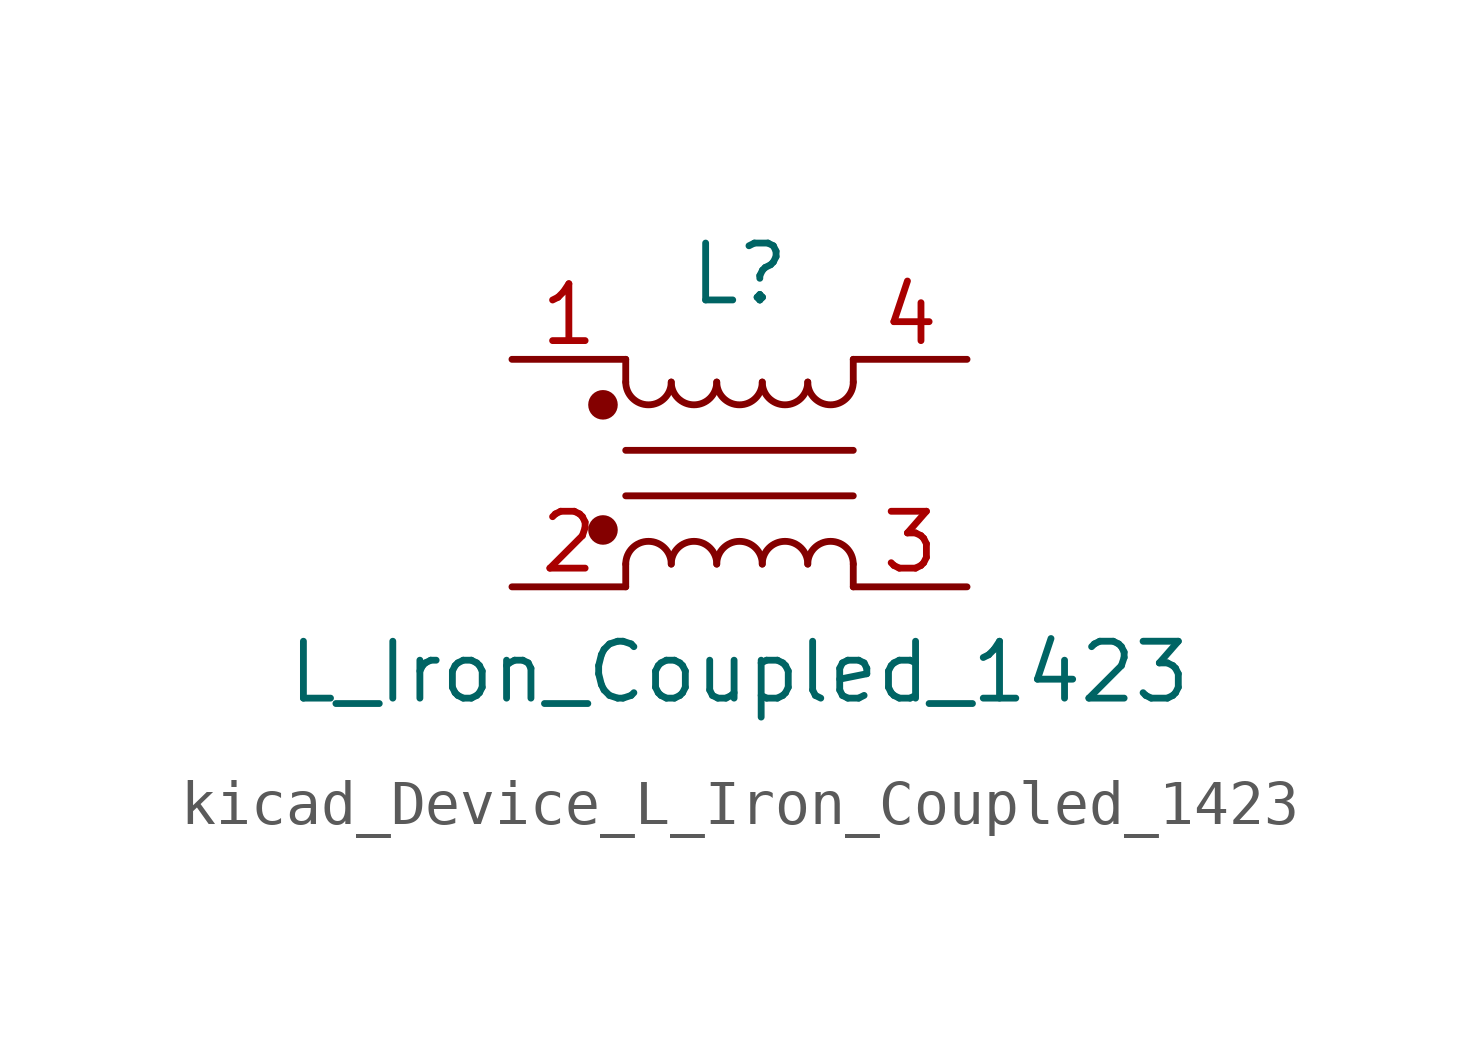
<source format=kicad_sym>
(kicad_symbol_lib
  (version 20220914)
  (generator kicad_symbol_editor)
  (symbol "kicad_Device_L_Iron_Coupled_1423"
    (pin_names
      (offset 0.254) hide)
    (property "Reference" "L"
      (at 0 4.445 0)
      (effects (font (size 1.27 1.27))))
    (property "Value" "L_Iron_Coupled_1423"
      (at 0 -4.445 0)
      (effects (font (size 1.27 1.27))))
    (symbol "kicad_Device_L_Iron_Coupled_1423_0_1"
      (circle (center -3.048 -1.27) (radius 0.254) (stroke (width 0) (type default)) (fill (type outline)))
      (circle (center -3.048 1.524) (radius 0.254) (stroke (width 0) (type default)) (fill (type outline)))
      (arc (start -2.54 2.032) (mid -2.032 1.5262) (end -1.524 2.032) (stroke (width 0) (type default)) (fill (type none)))
      (arc (start -1.524 -2.032) (mid -2.032 -1.5262) (end -2.54 -2.032) (stroke (width 0) (type default)) (fill (type none)))
      (arc (start -1.524 2.032) (mid -1.016 1.5262) (end -0.508 2.032) (stroke (width 0) (type default)) (fill (type none)))
      (arc (start -0.508 -2.032) (mid -1.016 -1.5262) (end -1.524 -2.032) (stroke (width 0) (type default)) (fill (type none)))
      (arc (start -0.508 2.032) (mid 0 1.5262) (end 0.508 2.032) (stroke (width 0) (type default)) (fill (type none)))
      (polyline (pts (xy -2.54 -2.032) (xy -2.54 -2.54)) (stroke (width 0) (type default)) (fill (type none)))
      (polyline (pts (xy -2.54 0.508) (xy 2.54 0.508)) (stroke (width 0) (type default)) (fill (type none)))
      (polyline (pts (xy -2.54 2.032) (xy -2.54 2.54)) (stroke (width 0) (type default)) (fill (type none)))
      (polyline (pts (xy 2.54 -2.032) (xy 2.54 -2.54)) (stroke (width 0) (type default)) (fill (type none)))
      (polyline (pts (xy 2.54 -0.508) (xy -2.54 -0.508)) (stroke (width 0) (type default)) (fill (type none)))
      (polyline (pts (xy 2.54 2.54) (xy 2.54 2.032)) (stroke (width 0) (type default)) (fill (type none)))
      (arc (start 0.508 -2.032) (mid 0 -1.5262) (end -0.508 -2.032) (stroke (width 0) (type default)) (fill (type none)))
      (arc (start 0.508 2.032) (mid 1.016 1.5262) (end 1.524 2.032) (stroke (width 0) (type default)) (fill (type none)))
      (arc (start 1.524 -2.032) (mid 1.016 -1.5262) (end 0.508 -2.032) (stroke (width 0) (type default)) (fill (type none)))
      (arc (start 1.524 2.032) (mid 2.032 1.5262) (end 2.54 2.032) (stroke (width 0) (type default)) (fill (type none)))
      (arc (start 2.54 -2.032) (mid 2.032 -1.5262) (end 1.524 -2.032) (stroke (width 0) (type default)) (fill (type none))))
    (symbol "kicad_Device_L_Iron_Coupled_1423_1_1"
      (pin passive line (at -5.08 2.54 0) (length 2.54) (name "1" (effects (font (size 1.27 1.27)))) (number "1" (effects (font (size 1.27 1.27)))))
      (pin passive line (at -5.08 -2.54 0) (length 2.54) (name "2" (effects (font (size 1.27 1.27)))) (number "2" (effects (font (size 1.27 1.27)))))
      (pin passive line (at 5.08 -2.54 180) (length 2.54) (name "3" (effects (font (size 1.27 1.27)))) (number "3" (effects (font (size 1.27 1.27)))))
      (pin passive line (at 5.08 2.54 180) (length 2.54) (name "4" (effects (font (size 1.27 1.27)))) (number "4" (effects (font (size 1.27 1.27))))))))
</source>
